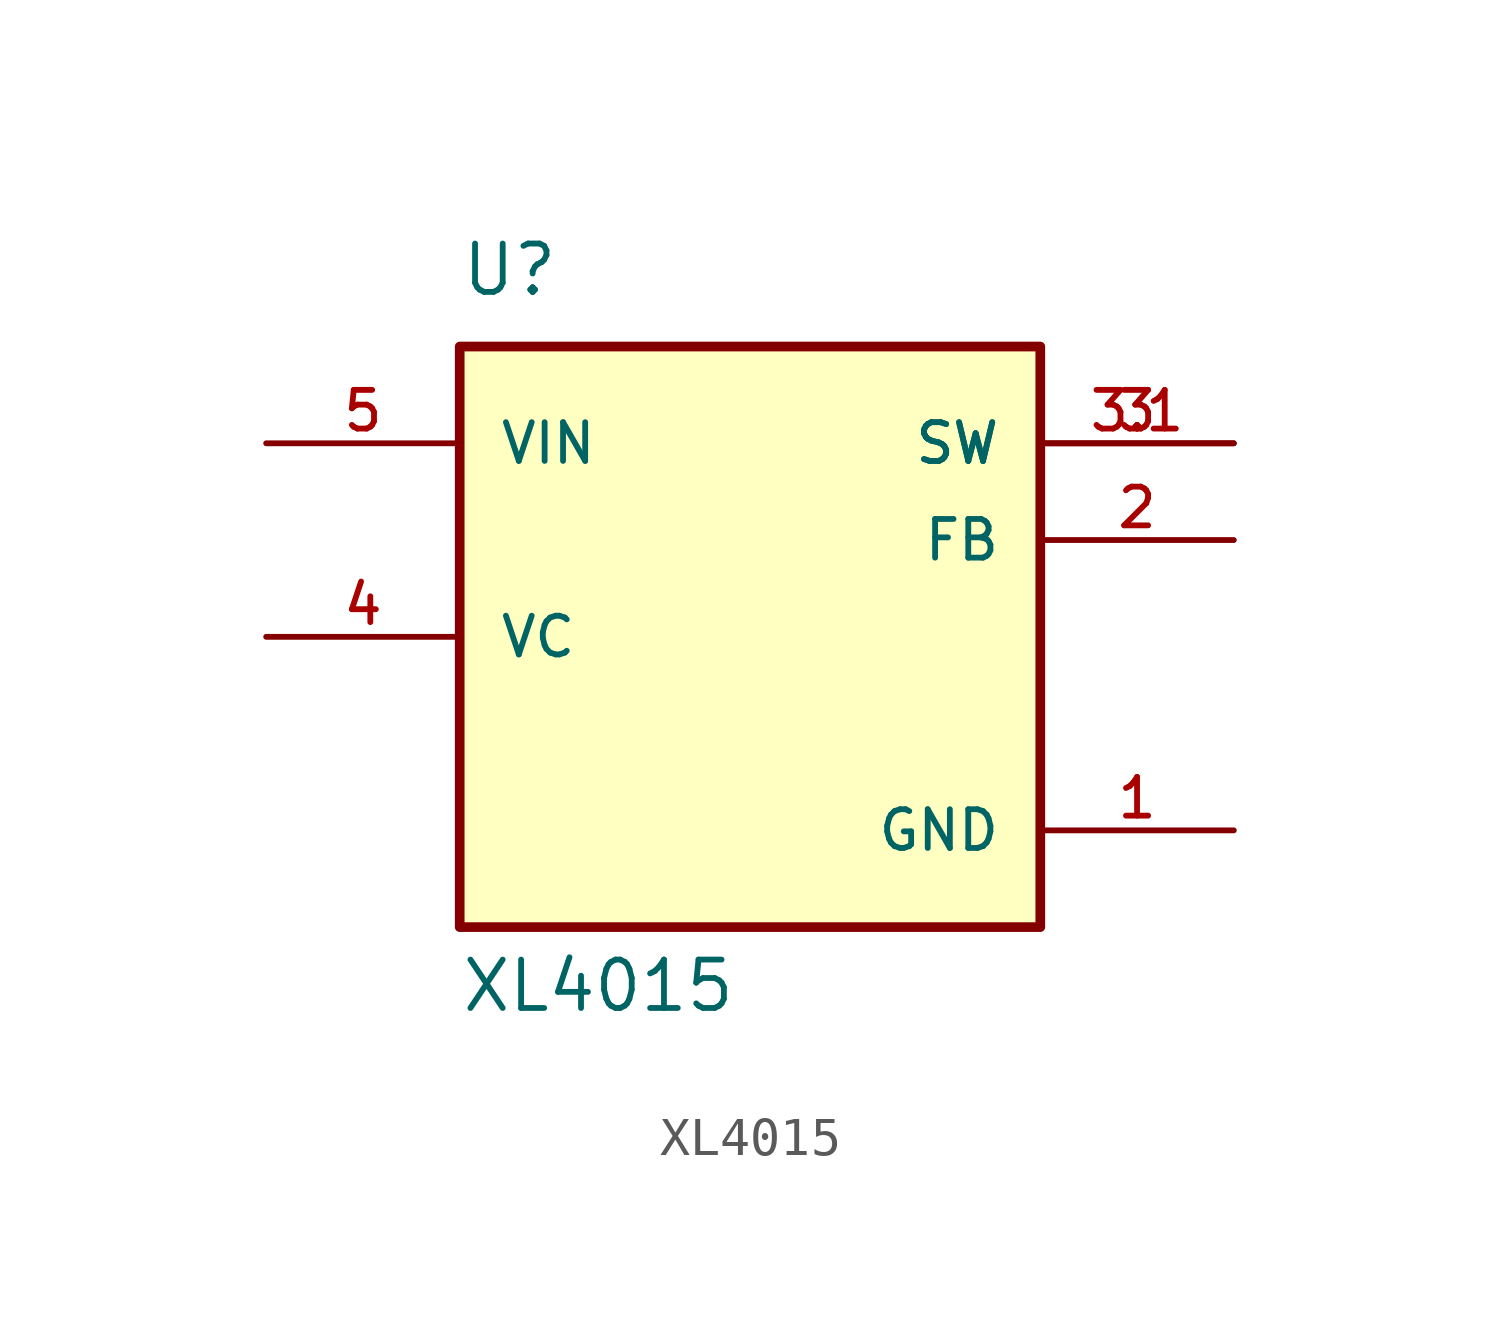
<source format=kicad_sym>
(kicad_symbol_lib
  (version 20211014)
  (generator kicad_symbol_editor)
  (symbol "XL4015"
    (pin_names
      (offset 1.016))
    (property "Reference" "U"
      (at -7.62 8.89 0)
      (effects (font (size 1.27 1.27)) (justify left bottom)))
    (property "Value" "XL4015"
      (at -7.62 -9.906 0)
      (effects (font (size 1.27 1.27)) (justify left bottom)))
    (property "ki_locked" ""
      (at 0 0 0)
      (effects (font (size 1.27 1.27))))
    (symbol "XL4015_0_0"
      (rectangle (start -7.62 -7.62) (end 7.62 7.62) (stroke (width 0.254) (type default) (color 0 0 0 0)) (fill (type background)))
      (pin power_in line (at 12.7 -5.08 180) (length 5.08) (name "GND" (effects (font (size 1.016 1.016)))) (number "1" (effects (font (size 1.016 1.016)))))
      (pin input line (at 12.7 2.54 180) (length 5.08) (name "FB" (effects (font (size 1.016 1.016)))) (number "2" (effects (font (size 1.016 1.016)))))
      (pin output line (at 12.7 5.08 180) (length 5.08) (name "SW" (effects (font (size 1.016 1.016)))) (number "3" (effects (font (size 1.016 1.016)))))
      (pin output line (at 12.7 5.08 180) (length 5.08) (name "SW" (effects (font (size 1.016 1.016)))) (number "3.1" (effects (font (size 1.016 1.016)))))
      (pin passive line (at -12.7 0 0) (length 5.08) (name "VC" (effects (font (size 1.016 1.016)))) (number "4" (effects (font (size 1.016 1.016)))))
      (pin input line (at -12.7 5.08 0) (length 5.08) (name "VIN" (effects (font (size 1.016 1.016)))) (number "5" (effects (font (size 1.016 1.016))))))))
</source>
